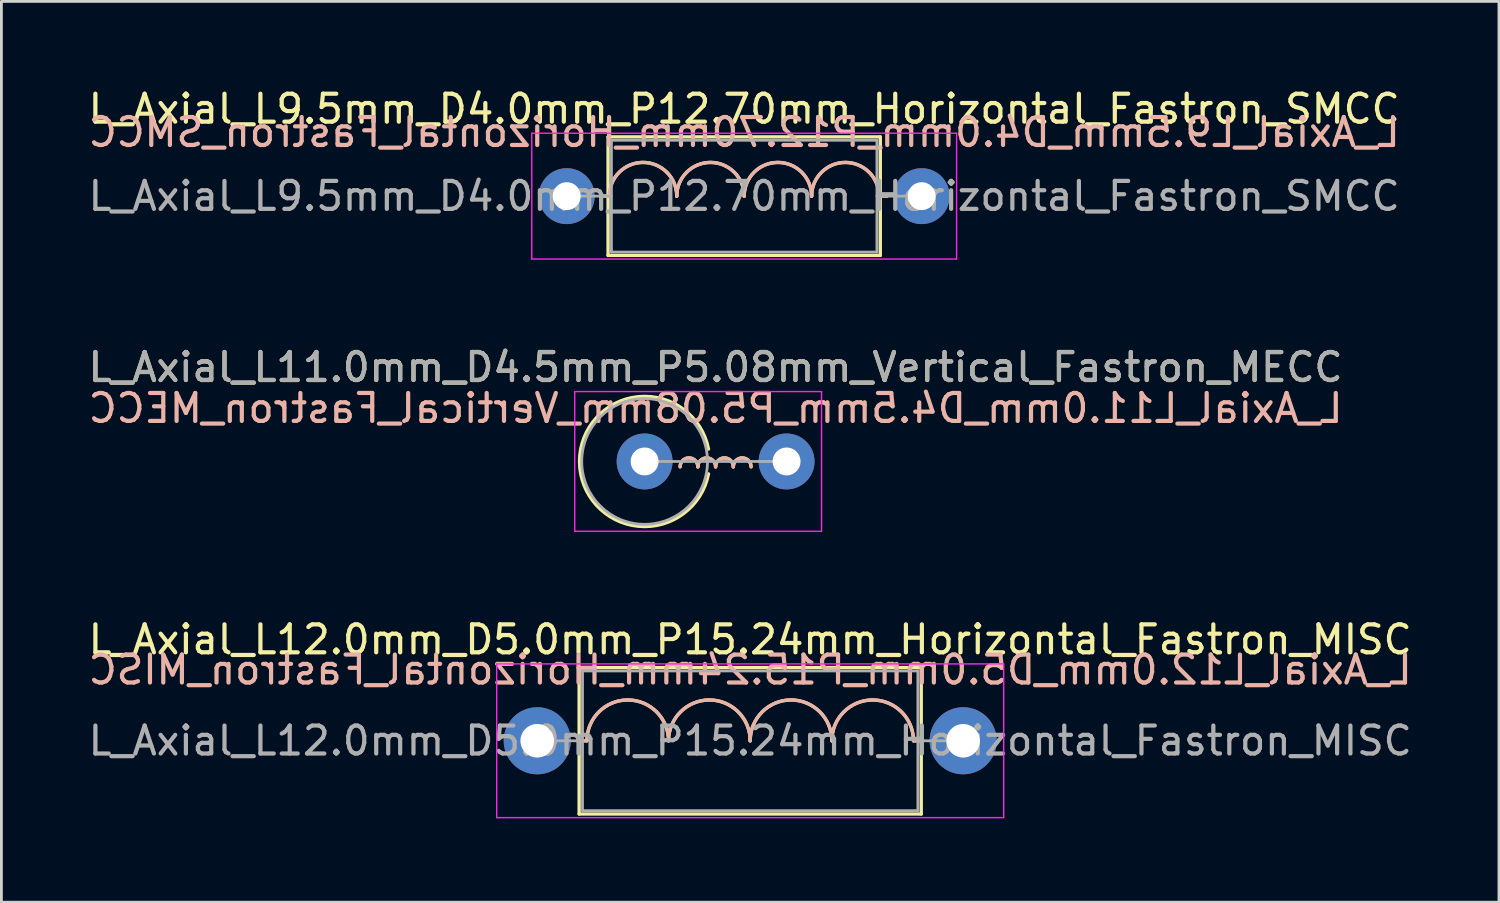
<source format=kicad_pcb>
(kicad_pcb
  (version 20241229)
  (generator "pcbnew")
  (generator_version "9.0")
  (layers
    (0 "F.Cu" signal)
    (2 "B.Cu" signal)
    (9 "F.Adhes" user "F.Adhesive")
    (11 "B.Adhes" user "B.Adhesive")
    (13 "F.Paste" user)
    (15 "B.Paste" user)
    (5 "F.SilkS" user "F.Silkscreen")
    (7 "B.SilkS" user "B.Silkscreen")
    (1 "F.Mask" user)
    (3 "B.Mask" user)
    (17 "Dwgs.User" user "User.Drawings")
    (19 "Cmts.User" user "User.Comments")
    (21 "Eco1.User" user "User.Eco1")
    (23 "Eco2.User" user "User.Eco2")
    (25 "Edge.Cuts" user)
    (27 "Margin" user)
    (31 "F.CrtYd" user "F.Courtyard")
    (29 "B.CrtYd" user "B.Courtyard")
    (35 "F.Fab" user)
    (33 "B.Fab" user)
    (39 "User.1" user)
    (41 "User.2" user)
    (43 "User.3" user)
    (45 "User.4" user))
  (footprint "L_Axial_L12.0mm_D5.0mm_P15.24mm_Horizontal_Fastron_MISC"
    (layer "F.Cu")
    (at 16.172 23.455)
    (property "Reference" "L_Axial_L12.0mm_D5.0mm_P15.24mm_Horizontal_Fastron_MISC" (at 7.62 -3.62 0) (layer "F.SilkS") (effects (font (size 1 1) (thickness 0.15))))
    (fp_line (start 1.44 0) (end 1.5 0) (stroke (width 0.12) (type solid)) (layer "F.SilkS"))
    (fp_line (start 1.5 -2.62) (end 1.5 2.62) (stroke (width 0.12) (type solid)) (layer "F.SilkS"))
    (fp_line (start 1.5 2.62) (end 13.74 2.62) (stroke (width 0.12) (type solid)) (layer "F.SilkS"))
    (fp_line (start 1.746 0) (end 1.46 0) (stroke (width 0.12) (type solid)) (layer "F.SilkS"))
    (fp_line (start 13.462 0) (end 13.78 0) (stroke (width 0.12) (type solid)) (layer "F.SilkS"))
    (fp_line (start 13.74 -2.62) (end 1.5 -2.62) (stroke (width 0.12) (type solid)) (layer "F.SilkS"))
    (fp_line (start 13.74 2.62) (end 13.74 -2.62) (stroke (width 0.12) (type solid)) (layer "F.SilkS"))
    (fp_line (start 13.8 0) (end 13.74 0) (stroke (width 0.12) (type solid)) (layer "F.SilkS"))
    (fp_arc (start 1.778 0) (mid 3.2385 -1.4605) (end 4.699 0) (stroke (width 0.12) (type solid)) (layer "F.SilkS"))
    (fp_arc (start 4.699 0) (mid 6.1595 -1.4605) (end 7.62 0) (stroke (width 0.12) (type solid)) (layer "F.SilkS"))
    (fp_arc (start 7.62 0) (mid 9.0805 -1.4605) (end 10.541 0) (stroke (width 0.12) (type solid)) (layer "F.SilkS"))
    (fp_arc (start 10.541 0) (mid 12.0015 -1.4605) (end 13.462 0) (stroke (width 0.12) (type solid)) (layer "F.SilkS"))
    (fp_line (start 1.44 0) (end 1.5 0) (stroke (width 0.12) (type solid)) (layer "B.SilkS"))
    (fp_line (start 1.778 0) (end 1.46 0) (stroke (width 0.12) (type solid)) (layer "B.SilkS"))
    (fp_line (start 13.493 0) (end 13.78 0) (stroke (width 0.12) (type solid)) (layer "B.SilkS"))
    (fp_line (start 13.8 0) (end 13.74 0) (stroke (width 0.12) (type solid)) (layer "B.SilkS"))
    (fp_arc (start 1.778 0) (mid 3.2385 -1.4605) (end 4.699 0) (stroke (width 0.12) (type solid)) (layer "B.SilkS"))
    (fp_arc (start 4.699 0) (mid 6.1595 -1.4605) (end 7.62 0) (stroke (width 0.12) (type solid)) (layer "B.SilkS"))
    (fp_arc (start 7.62 0) (mid 9.0805 -1.4605) (end 10.541 0) (stroke (width 0.12) (type solid)) (layer "B.SilkS"))
    (fp_arc (start 10.541 0) (mid 12.0015 -1.4605) (end 13.462 0) (stroke (width 0.12) (type solid)) (layer "B.SilkS"))
    (fp_line (start -1.45 -2.75) (end -1.45 2.75) (stroke (width 0.05) (type solid)) (layer "F.CrtYd"))
    (fp_line (start -1.45 2.75) (end 16.69 2.75) (stroke (width 0.05) (type solid)) (layer "F.CrtYd"))
    (fp_line (start 16.69 -2.75) (end -1.45 -2.75) (stroke (width 0.05) (type solid)) (layer "F.CrtYd"))
    (fp_line (start 16.69 2.75) (end 16.69 -2.75) (stroke (width 0.05) (type solid)) (layer "F.CrtYd"))
    (fp_line (start 0 0) (end 1.62 0) (stroke (width 0.1) (type solid)) (layer "F.Fab"))
    (fp_line (start 1.62 -2.5) (end 1.62 2.5) (stroke (width 0.1) (type solid)) (layer "F.Fab"))
    (fp_line (start 1.62 2.5) (end 13.62 2.5) (stroke (width 0.1) (type solid)) (layer "F.Fab"))
    (fp_line (start 13.62 -2.5) (end 1.62 -2.5) (stroke (width 0.1) (type solid)) (layer "F.Fab"))
    (fp_line (start 13.62 2.5) (end 13.62 -2.5) (stroke (width 0.1) (type solid)) (layer "F.Fab"))
    (fp_line (start 15.24 0) (end 13.62 0) (stroke (width 0.1) (type solid)) (layer "F.Fab"))
    (fp_text user "${REFERENCE}" (at 7.62 -2.54 0) (layer "B.SilkS") (effects (font (size 1 1) (thickness 0.15)) (justify mirror)))
    (fp_text user "${REFERENCE}" (at 7.62 0 0) (layer "F.Fab") (effects (font (size 1 1) (thickness 0.15))))
    (pad "1" thru_hole circle (at 0 0) (size 2.4 2.4) (drill 1.2) (layers "*.Cu" "*.Mask"))
    (pad "2" thru_hole oval (at 15.24 0) (size 2.4 2.4) (drill 1.2) (layers "*.Cu" "*.Mask")))
  (footprint "L_Axial_L9.5mm_D4.0mm_P12.70mm_Horizontal_Fastron_SMCC"
    (layer "F.Cu")
    (at 17.227 3.968)
    (property "Reference" "L_Axial_L9.5mm_D4.0mm_P12.70mm_Horizontal_Fastron_SMCC" (at 6.35 -3.12 0) (layer "F.SilkS") (effects (font (size 1 1) (thickness 0.15))))
    (fp_line (start 1.24 0) (end 1.48 0) (stroke (width 0.12) (type solid)) (layer "F.SilkS"))
    (fp_line (start 1.48 -2.12) (end 1.48 2.12) (stroke (width 0.12) (type solid)) (layer "F.SilkS"))
    (fp_line (start 1.48 2.12) (end 11.22 2.12) (stroke (width 0.12) (type solid)) (layer "F.SilkS"))
    (fp_line (start 1.524 0) (end 1.46 0) (stroke (width 0.12) (type solid)) (layer "F.SilkS"))
    (fp_line (start 11.176 0) (end 11.22 0) (stroke (width 0.12) (type solid)) (layer "F.SilkS"))
    (fp_line (start 11.22 -2.12) (end 1.48 -2.12) (stroke (width 0.12) (type solid)) (layer "F.SilkS"))
    (fp_line (start 11.22 2.12) (end 11.22 -2.12) (stroke (width 0.12) (type solid)) (layer "F.SilkS"))
    (fp_line (start 11.46 0) (end 11.22 0) (stroke (width 0.12) (type solid)) (layer "F.SilkS"))
    (fp_arc (start 1.524 0) (mid 2.7305 -1.2065) (end 3.937 0) (stroke (width 0.12) (type solid)) (layer "F.SilkS"))
    (fp_arc (start 3.937 0) (mid 5.1435 -1.2065) (end 6.35 0) (stroke (width 0.12) (type solid)) (layer "F.SilkS"))
    (fp_arc (start 6.35 0) (mid 7.5565 -1.2065) (end 8.763 0) (stroke (width 0.12) (type solid)) (layer "F.SilkS"))
    (fp_arc (start 8.763 0) (mid 9.9695 -1.2065) (end 11.176 0) (stroke (width 0.12) (type solid)) (layer "F.SilkS"))
    (fp_line (start 1.24 0) (end 1.48 0) (stroke (width 0.12) (type solid)) (layer "B.SilkS"))
    (fp_line (start 1.524 0) (end 1.48 0) (stroke (width 0.12) (type solid)) (layer "B.SilkS"))
    (fp_line (start 11.176 0) (end 11.239 0) (stroke (width 0.12) (type solid)) (layer "B.SilkS"))
    (fp_line (start 11.46 0) (end 11.22 0) (stroke (width 0.12) (type solid)) (layer "B.SilkS"))
    (fp_arc (start 1.524 0) (mid 2.7305 -1.2065) (end 3.937 0) (stroke (width 0.12) (type solid)) (layer "B.SilkS"))
    (fp_arc (start 3.937 0) (mid 5.1435 -1.2065) (end 6.35 0) (stroke (width 0.12) (type solid)) (layer "B.SilkS"))
    (fp_arc (start 6.35 0) (mid 7.5565 -1.2065) (end 8.763 0) (stroke (width 0.12) (type solid)) (layer "B.SilkS"))
    (fp_arc (start 8.763 0) (mid 9.9695 -1.2065) (end 11.176 0) (stroke (width 0.12) (type solid)) (layer "B.SilkS"))
    (fp_line (start -1.25 -2.25) (end -1.25 2.25) (stroke (width 0.05) (type solid)) (layer "F.CrtYd"))
    (fp_line (start -1.25 2.25) (end 13.95 2.25) (stroke (width 0.05) (type solid)) (layer "F.CrtYd"))
    (fp_line (start 13.95 -2.25) (end -1.25 -2.25) (stroke (width 0.05) (type solid)) (layer "F.CrtYd"))
    (fp_line (start 13.95 2.25) (end 13.95 -2.25) (stroke (width 0.05) (type solid)) (layer "F.CrtYd"))
    (fp_line (start 0 0) (end 1.6 0) (stroke (width 0.1) (type solid)) (layer "F.Fab"))
    (fp_line (start 1.6 -2) (end 1.6 2) (stroke (width 0.1) (type solid)) (layer "F.Fab"))
    (fp_line (start 1.6 2) (end 11.1 2) (stroke (width 0.1) (type solid)) (layer "F.Fab"))
    (fp_line (start 11.1 -2) (end 1.6 -2) (stroke (width 0.1) (type solid)) (layer "F.Fab"))
    (fp_line (start 11.1 2) (end 11.1 -2) (stroke (width 0.1) (type solid)) (layer "F.Fab"))
    (fp_line (start 12.7 0) (end 11.1 0) (stroke (width 0.1) (type solid)) (layer "F.Fab"))
    (fp_text user "${REFERENCE}" (at 6.35 -2.286 0) (layer "B.SilkS") (effects (font (size 1 1) (thickness 0.15)) (justify mirror)))
    (fp_text user "${REFERENCE}" (at 6.35 0 0) (layer "F.Fab") (effects (font (size 1 1) (thickness 0.15))))
    (pad "1" thru_hole circle (at 0 0) (size 2 2) (drill 1) (layers "*.Cu" "*.Mask"))
    (pad "2" thru_hole oval (at 12.7 0) (size 2 2) (drill 1) (layers "*.Cu" "*.Mask")))
  (footprint "L_Axial_L11.0mm_D4.5mm_P5.08mm_Vertical_Fastron_MECC"
    (layer "F.Cu")
    (at 20.014 13.461)
    (property "Reference" "L_Axial_L11.0mm_D4.5mm_P5.08mm_Vertical_Fastron_MECC" (at 2.54 -3.37 0) (layer "F.SilkS") (effects (font (size 1 1) (thickness 0.15))))
    (fp_arc (start 1.27 0.1905) (mid 1.5875 -0.127) (end 1.905 0.1905) (stroke (width 0.12) (type solid)) (layer "F.SilkS"))
    (fp_arc (start 1.905 0.1905) (mid 2.2225 -0.127) (end 2.54 0.1905) (stroke (width 0.12) (type solid)) (layer "F.SilkS"))
    (fp_arc (start 2.286 0.4445) (mid -2.328814 0) (end 2.286 -0.4445) (stroke (width 0.12) (type solid)) (layer "F.SilkS"))
    (fp_arc (start 2.54 0.1905) (mid 2.8575 -0.127) (end 3.175 0.1905) (stroke (width 0.12) (type solid)) (layer "F.SilkS"))
    (fp_arc (start 3.175 0.1905) (mid 3.4925 -0.127) (end 3.81 0.1905) (stroke (width 0.12) (type solid)) (layer "F.SilkS"))
    (fp_arc (start 1.27 0.1905) (mid 1.5875 -0.127) (end 1.905 0.1905) (stroke (width 0.12) (type solid)) (layer "B.SilkS"))
    (fp_arc (start 1.905 0.1905) (mid 2.2225 -0.127) (end 2.54 0.1905) (stroke (width 0.12) (type solid)) (layer "B.SilkS"))
    (fp_arc (start 2.54 0.1905) (mid 2.8575 -0.127) (end 3.175 0.1905) (stroke (width 0.12) (type solid)) (layer "B.SilkS"))
    (fp_arc (start 3.175 0.1905) (mid 3.4925 -0.127) (end 3.81 0.1905) (stroke (width 0.12) (type solid)) (layer "B.SilkS"))
    (fp_line (start -2.5 -2.5) (end -2.5 2.5) (stroke (width 0.05) (type solid)) (layer "F.CrtYd"))
    (fp_line (start -2.5 2.5) (end 6.33 2.5) (stroke (width 0.05) (type solid)) (layer "F.CrtYd"))
    (fp_line (start 6.33 -2.5) (end -2.5 -2.5) (stroke (width 0.05) (type solid)) (layer "F.CrtYd"))
    (fp_line (start 6.33 2.5) (end 6.33 -2.5) (stroke (width 0.05) (type solid)) (layer "F.CrtYd"))
    (fp_line (start 0 0) (end 5.08 0) (stroke (width 0.1) (type solid)) (layer "F.Fab"))
    (fp_circle (center 0 0) (end 2.25 0) (stroke (width 0.1) (type solid)) (fill no) (layer "F.Fab"))
    (fp_text user "${REFERENCE}" (at 2.54 -1.905 0) (layer "B.SilkS") (effects (font (size 1 1) (thickness 0.15)) (justify mirror)))
    (fp_text user "${REFERENCE}" (at 2.54 -3.37 0) (layer "F.Fab") (effects (font (size 1 1) (thickness 0.15))))
    (pad "1" thru_hole circle (at 0 0) (size 2 2) (drill 1) (layers "*.Cu" "*.Mask"))
    (pad "2" thru_hole oval (at 5.08 0) (size 2 2) (drill 1) (layers "*.Cu" "*.Mask")))
  (gr_rect
    (start -3 -3)
    (end 50.583 29.23)
    (stroke (width 0.1) (type default))
    (fill no)
    (layer "Edge.Cuts")))
</source>
